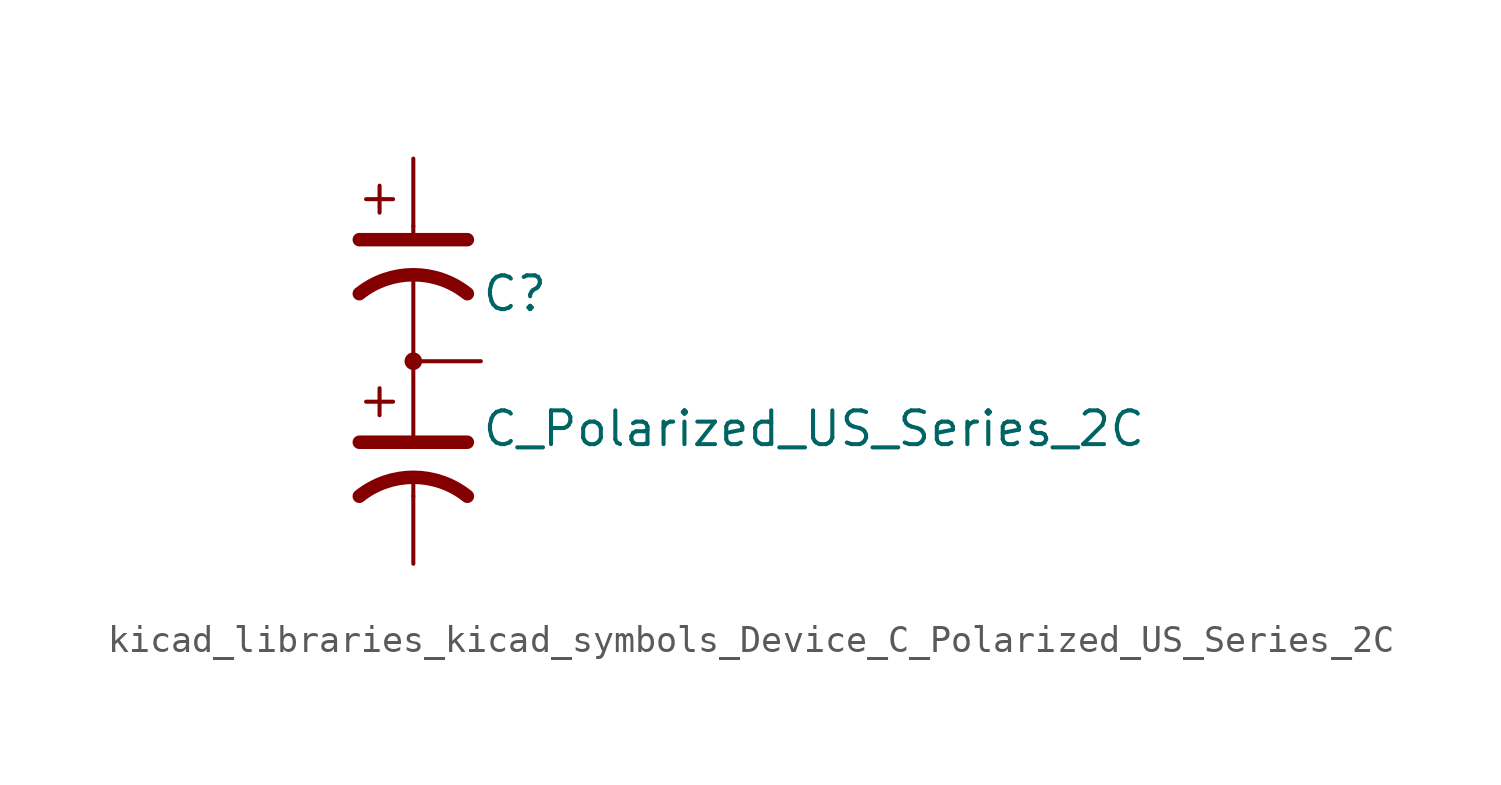
<source format=kicad_sym>
(kicad_symbol_lib
  (version 20220914)
  (generator kicad_symbol_editor)
  (symbol "kicad_libraries_kicad_symbols_Device_C_Polarized_US_Series_2C"
    (pin_numbers hide)
    (pin_names hide)
    (property "Reference" "C"
      (at 2.54 2.54 0)
      (effects (font (size 1.27 1.27)) (justify left)))
    (property "Value" "C_Polarized_US_Series_2C"
      (at 2.54 -2.54 0)
      (effects (font (size 1.27 1.27)) (justify left)))
    (symbol "kicad_libraries_kicad_symbols_Device_C_Polarized_US_Series_2C_0_1"
      (polyline (pts (xy -2.032 -3.048) (xy 2.032 -3.048)) (stroke (width 0.508) (type default)) (fill (type none)))
      (polyline (pts (xy -2.032 4.572) (xy 2.032 4.572)) (stroke (width 0.508) (type default)) (fill (type none)))
      (polyline (pts (xy -1.778 -1.524) (xy -0.762 -1.524)) (stroke (width 0) (type default)) (fill (type none)))
      (polyline (pts (xy -1.778 6.096) (xy -0.762 6.096)) (stroke (width 0) (type default)) (fill (type none)))
      (polyline (pts (xy -1.27 -2.032) (xy -1.27 -1.016)) (stroke (width 0) (type default)) (fill (type none)))
      (polyline (pts (xy -1.27 5.588) (xy -1.27 6.604)) (stroke (width 0) (type default)) (fill (type none)))
      (polyline (pts (xy 0 -5.08) (xy 0 -4.572)) (stroke (width 0.152) (type default)) (fill (type none)))
      (polyline (pts (xy 0 -2.794) (xy 0 3.048)) (stroke (width 0.152) (type default)) (fill (type none)))
      (polyline (pts (xy 0 5.08) (xy 0 4.826)) (stroke (width 0.152) (type default)) (fill (type none)))
      (circle (center 0 0) (radius 0.254) (stroke (width 0) (type default)) (fill (type outline)))
      (arc (start 2.032 -5.08) (mid 0 -4.3672) (end -2.032 -5.08) (stroke (width 0.508) (type default)) (fill (type none)))
      (arc (start 2.032 2.54) (mid 0 3.2528) (end -2.032 2.54) (stroke (width 0.508) (type default)) (fill (type none))))
    (symbol "kicad_libraries_kicad_symbols_Device_C_Polarized_US_Series_2C_1_1"
      (pin passive line (at 0 7.62 270) (length 2.54) (name "~" (effects (font (size 1.27 1.27)))) (number "1" (effects (font (size 1.27 1.27)))))
      (pin passive line (at 2.54 0 180) (length 2.54) (name "~" (effects (font (size 1.27 1.27)))) (number "2" (effects (font (size 1.27 1.27)))))
      (pin passive line (at 0 -7.62 90) (length 2.54) (name "~" (effects (font (size 1.27 1.27)))) (number "3" (effects (font (size 1.27 1.27))))))))
</source>
